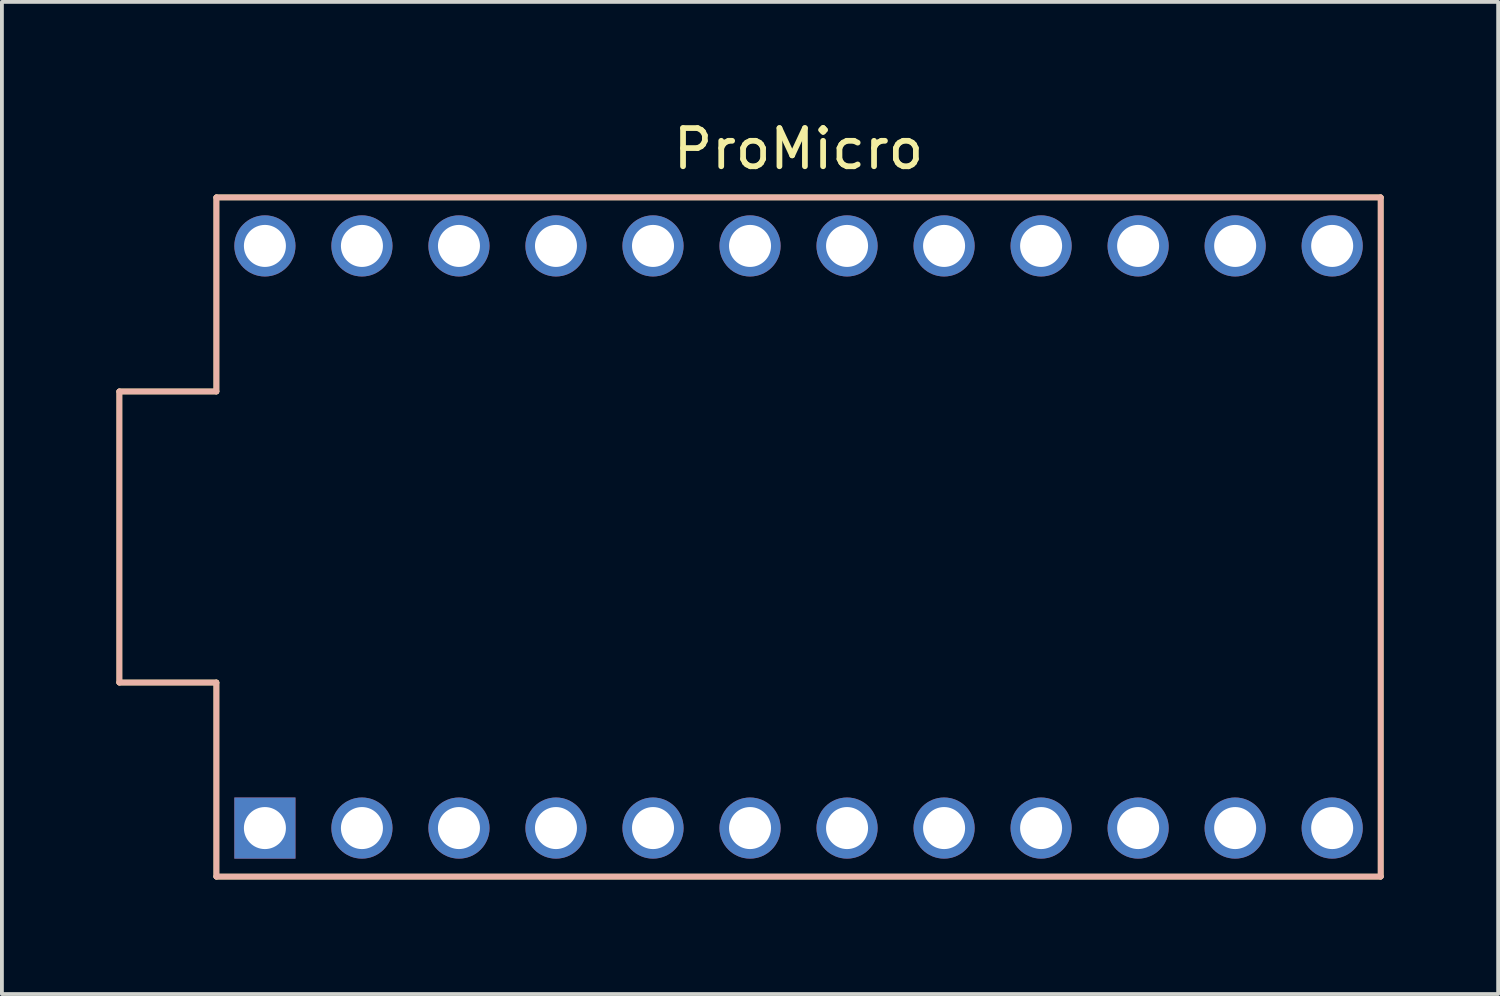
<source format=kicad_pcb>
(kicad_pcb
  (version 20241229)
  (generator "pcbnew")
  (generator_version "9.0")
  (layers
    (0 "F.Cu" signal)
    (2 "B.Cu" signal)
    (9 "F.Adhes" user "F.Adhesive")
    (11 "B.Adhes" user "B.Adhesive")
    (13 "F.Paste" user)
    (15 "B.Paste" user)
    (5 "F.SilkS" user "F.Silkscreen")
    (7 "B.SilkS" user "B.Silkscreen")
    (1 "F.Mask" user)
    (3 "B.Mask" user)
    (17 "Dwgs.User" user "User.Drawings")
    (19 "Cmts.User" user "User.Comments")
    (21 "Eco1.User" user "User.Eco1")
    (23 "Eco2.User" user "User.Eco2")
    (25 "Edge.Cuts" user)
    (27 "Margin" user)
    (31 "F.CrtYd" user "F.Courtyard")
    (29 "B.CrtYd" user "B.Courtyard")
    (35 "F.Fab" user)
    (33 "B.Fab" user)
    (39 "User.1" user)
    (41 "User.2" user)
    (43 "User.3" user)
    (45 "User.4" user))
  (footprint "ProMicro"
    (layer "F.Cu")
    (at 17.855 11.008)
    (property "Reference" "ProMicro" (at 0 -10.16 0) (layer "F.SilkS") (effects (font (size 1 1) (thickness 0.15))))
    (attr through_hole)
    (fp_line (start -17.78 -3.81) (end -15.24 -3.81) (stroke (width 0.15) (type solid)) (layer "F.SilkS"))
    (fp_line (start -17.78 3.81) (end -17.78 -3.81) (stroke (width 0.15) (type solid)) (layer "F.SilkS"))
    (fp_line (start -15.24 -8.89) (end 15.24 -8.89) (stroke (width 0.15) (type solid)) (layer "F.SilkS"))
    (fp_line (start -15.24 -3.81) (end -15.24 -8.89) (stroke (width 0.15) (type solid)) (layer "F.SilkS"))
    (fp_line (start -15.24 3.81) (end -17.78 3.81) (stroke (width 0.15) (type solid)) (layer "F.SilkS"))
    (fp_line (start -15.24 8.89) (end -15.24 3.81) (stroke (width 0.15) (type solid)) (layer "F.SilkS"))
    (fp_line (start -15.24 8.89) (end 15.24 8.89) (stroke (width 0.15) (type solid)) (layer "F.SilkS"))
    (fp_line (start 15.24 -8.89) (end 15.24 8.89) (stroke (width 0.15) (type solid)) (layer "F.SilkS"))
    (fp_line (start -17.78 -3.81) (end -15.24 -3.81) (stroke (width 0.15) (type solid)) (layer "B.SilkS"))
    (fp_line (start -17.78 3.81) (end -17.78 -3.81) (stroke (width 0.15) (type solid)) (layer "B.SilkS"))
    (fp_line (start -15.24 -8.89) (end 15.24 -8.89) (stroke (width 0.15) (type solid)) (layer "B.SilkS"))
    (fp_line (start -15.24 -3.81) (end -15.24 -8.89) (stroke (width 0.15) (type solid)) (layer "B.SilkS"))
    (fp_line (start -15.24 3.81) (end -17.78 3.81) (stroke (width 0.15) (type solid)) (layer "B.SilkS"))
    (fp_line (start -15.24 8.89) (end -15.24 3.81) (stroke (width 0.15) (type solid)) (layer "B.SilkS"))
    (fp_line (start 15.24 -8.89) (end 15.24 8.89) (stroke (width 0.15) (type solid)) (layer "B.SilkS"))
    (fp_line (start 15.24 8.89) (end -15.24 8.89) (stroke (width 0.15) (type solid)) (layer "B.SilkS"))
    (pad "1" thru_hole rect (at -13.97 7.62) (size 1.6 1.6) (drill 1.1) (layers "*.Cu" "*.Mask"))
    (pad "2" thru_hole circle (at -11.43 7.62) (size 1.6 1.6) (drill 1.1) (layers "*.Cu" "*.Mask"))
    (pad "3" thru_hole circle (at -8.89 7.62) (size 1.6 1.6) (drill 1.1) (layers "*.Cu" "*.Mask"))
    (pad "4" thru_hole circle (at -6.35 7.62) (size 1.6 1.6) (drill 1.1) (layers "*.Cu" "*.Mask"))
    (pad "5" thru_hole circle (at -3.81 7.62) (size 1.6 1.6) (drill 1.1) (layers "*.Cu" "*.Mask"))
    (pad "6" thru_hole circle (at -1.27 7.62) (size 1.6 1.6) (drill 1.1) (layers "*.Cu" "*.Mask"))
    (pad "7" thru_hole circle (at 1.27 7.62) (size 1.6 1.6) (drill 1.1) (layers "*.Cu" "*.Mask"))
    (pad "8" thru_hole circle (at 3.81 7.62) (size 1.6 1.6) (drill 1.1) (layers "*.Cu" "*.Mask"))
    (pad "9" thru_hole circle (at 6.35 7.62) (size 1.6 1.6) (drill 1.1) (layers "*.Cu" "*.Mask"))
    (pad "10" thru_hole circle (at 8.89 7.62) (size 1.6 1.6) (drill 1.1) (layers "*.Cu" "*.Mask"))
    (pad "11" thru_hole circle (at 11.43 7.62) (size 1.6 1.6) (drill 1.1) (layers "*.Cu" "*.Mask"))
    (pad "12" thru_hole circle (at 13.97 7.62) (size 1.6 1.6) (drill 1.1) (layers "*.Cu" "*.Mask"))
    (pad "13" thru_hole circle (at 13.97 -7.62) (size 1.6 1.6) (drill 1.1) (layers "*.Cu" "*.Mask"))
    (pad "14" thru_hole circle (at 11.43 -7.62) (size 1.6 1.6) (drill 1.1) (layers "*.Cu" "*.Mask"))
    (pad "15" thru_hole circle (at 8.89 -7.62) (size 1.6 1.6) (drill 1.1) (layers "*.Cu" "*.Mask"))
    (pad "16" thru_hole circle (at 6.35 -7.62) (size 1.6 1.6) (drill 1.1) (layers "*.Cu" "*.Mask"))
    (pad "17" thru_hole circle (at 3.81 -7.62) (size 1.6 1.6) (drill 1.1) (layers "*.Cu" "*.Mask"))
    (pad "18" thru_hole circle (at 1.27 -7.62) (size 1.6 1.6) (drill 1.1) (layers "*.Cu" "*.Mask"))
    (pad "19" thru_hole circle (at -1.27 -7.62) (size 1.6 1.6) (drill 1.1) (layers "*.Cu" "*.Mask"))
    (pad "20" thru_hole circle (at -3.81 -7.62) (size 1.6 1.6) (drill 1.1) (layers "*.Cu" "*.Mask"))
    (pad "21" thru_hole circle (at -6.35 -7.62) (size 1.6 1.6) (drill 1.1) (layers "*.Cu" "*.Mask"))
    (pad "22" thru_hole circle (at -8.89 -7.62) (size 1.6 1.6) (drill 1.1) (layers "*.Cu" "*.Mask"))
    (pad "23" thru_hole circle (at -11.43 -7.62) (size 1.6 1.6) (drill 1.1) (layers "*.Cu" "*.Mask"))
    (pad "24" thru_hole circle (at -13.97 -7.62) (size 1.6 1.6) (drill 1.1) (layers "*.Cu" "*.Mask")))
  (gr_rect
    (start -3 -3)
    (end 36.17 22.973)
    (stroke (width 0.1) (type default))
    (fill no)
    (layer "Edge.Cuts")))
</source>
